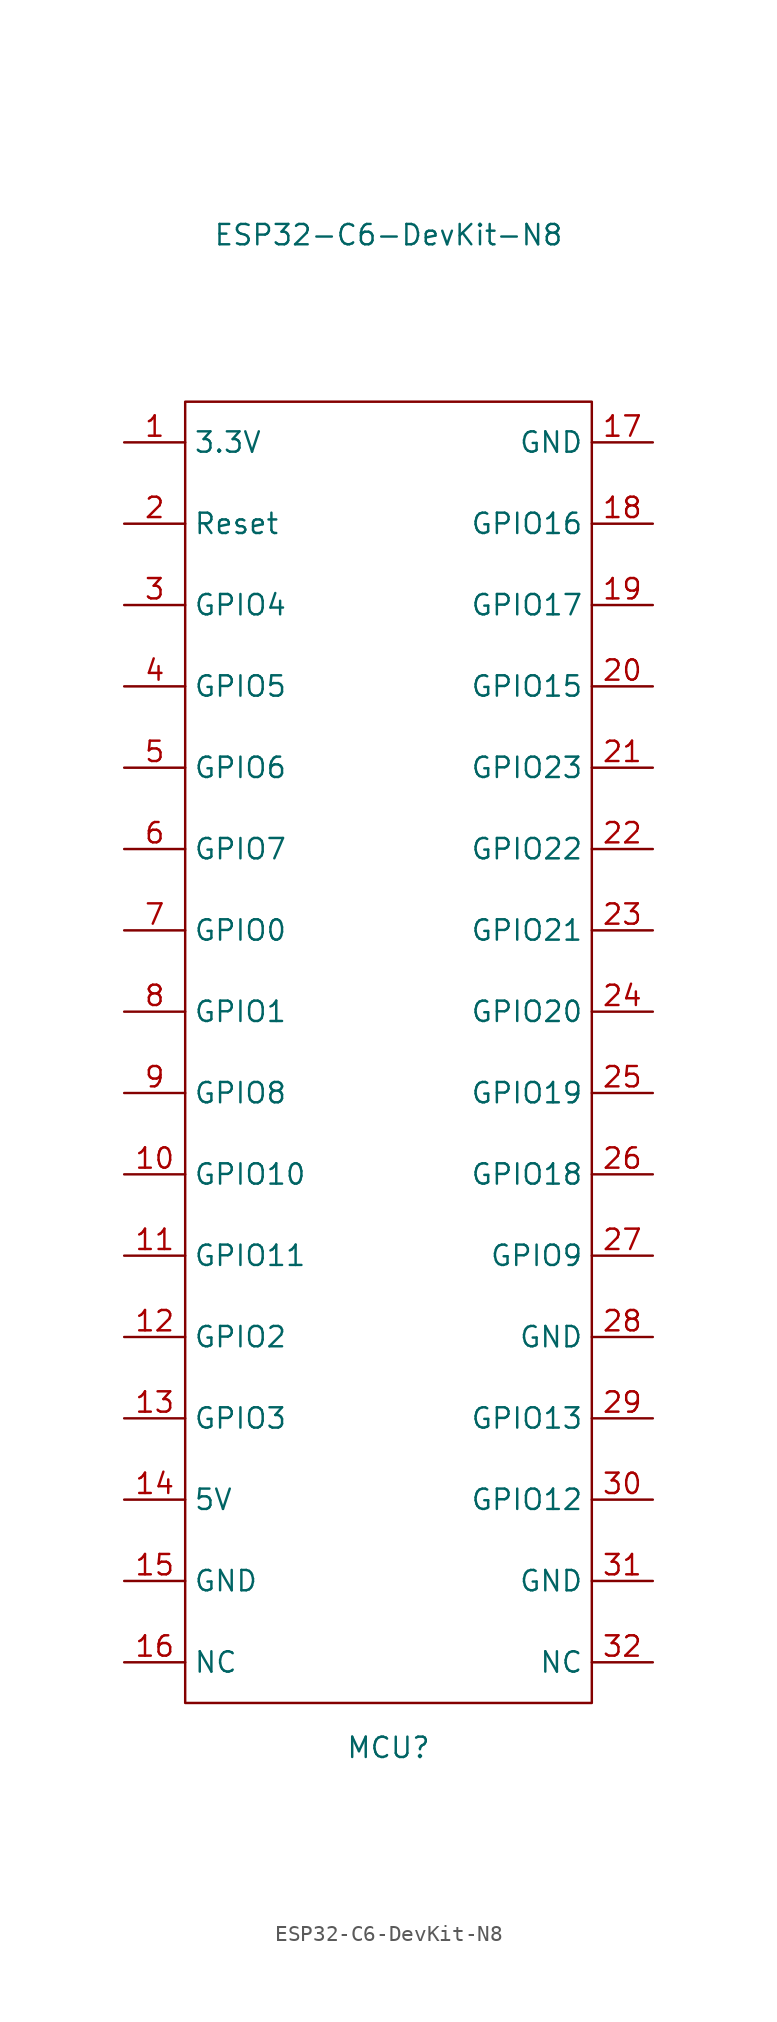
<source format=kicad_sym>
(kicad_symbol_lib
  (version 20231120)
  (generator "kicad_symbol_editor")
  (generator_version "8.0")
  (symbol "ESP32-C6-DevKit-N8"
    (property "Reference" "MCU"
      (at 0 -43.434 0)
      (effects (font (size 1.27 1.27))))
    (property "Value" "ESP32-C6-DevKit-N8"
      (at 0 51.054 0)
      (effects (font (size 1.27 1.27))))
    (symbol "ESP32-C6-DevKit-N8_0_1"
      (rectangle (start -12.7 40.64) (end 12.7 -40.64) (stroke (width 0) (type default)) (fill (type none))))
    (symbol "ESP32-C6-DevKit-N8_1_1"
      (pin power_out line (at -16.51 38.1 0) (length 3.81) (name "3.3V" (effects (font (size 1.27 1.27)))) (number "1" (effects (font (size 1.27 1.27)))))
      (pin bidirectional line (at -16.51 -7.62 0) (length 3.81) (name "GPIO10" (effects (font (size 1.27 1.27)))) (number "10" (effects (font (size 1.27 1.27)))))
      (pin bidirectional line (at -16.51 -12.7 0) (length 3.81) (name "GPIO11" (effects (font (size 1.27 1.27)))) (number "11" (effects (font (size 1.27 1.27)))))
      (pin bidirectional line (at -16.51 -17.78 0) (length 3.81) (name "GPIO2" (effects (font (size 1.27 1.27)))) (number "12" (effects (font (size 1.27 1.27)))))
      (pin bidirectional line (at -16.51 -22.86 0) (length 3.81) (name "GPIO3" (effects (font (size 1.27 1.27)))) (number "13" (effects (font (size 1.27 1.27)))))
      (pin power_in line (at -16.51 -27.94 0) (length 3.81) (name "5V" (effects (font (size 1.27 1.27)))) (number "14" (effects (font (size 1.27 1.27)))))
      (pin power_in line (at -16.51 -33.02 0) (length 3.81) (name "GND" (effects (font (size 1.27 1.27)))) (number "15" (effects (font (size 1.27 1.27)))))
      (pin unspecified line (at -16.51 -38.1 0) (length 3.81) (name "NC" (effects (font (size 1.27 1.27)))) (number "16" (effects (font (size 1.27 1.27)))))
      (pin power_in line (at 16.51 38.1 180) (length 3.81) (name "GND" (effects (font (size 1.27 1.27)))) (number "17" (effects (font (size 1.27 1.27)))))
      (pin bidirectional line (at 16.51 33.02 180) (length 3.81) (name "GPIO16" (effects (font (size 1.27 1.27)))) (number "18" (effects (font (size 1.27 1.27)))))
      (pin bidirectional line (at 16.51 27.94 180) (length 3.81) (name "GPIO17" (effects (font (size 1.27 1.27)))) (number "19" (effects (font (size 1.27 1.27)))))
      (pin input line (at -16.51 33.02 0) (length 3.81) (name "Reset" (effects (font (size 1.27 1.27)))) (number "2" (effects (font (size 1.27 1.27)))))
      (pin bidirectional line (at 16.51 22.86 180) (length 3.81) (name "GPIO15" (effects (font (size 1.27 1.27)))) (number "20" (effects (font (size 1.27 1.27)))))
      (pin bidirectional line (at 16.51 17.78 180) (length 3.81) (name "GPIO23" (effects (font (size 1.27 1.27)))) (number "21" (effects (font (size 1.27 1.27)))))
      (pin bidirectional line (at 16.51 12.7 180) (length 3.81) (name "GPIO22" (effects (font (size 1.27 1.27)))) (number "22" (effects (font (size 1.27 1.27)))))
      (pin bidirectional line (at 16.51 7.62 180) (length 3.81) (name "GPIO21" (effects (font (size 1.27 1.27)))) (number "23" (effects (font (size 1.27 1.27)))))
      (pin bidirectional line (at 16.51 2.54 180) (length 3.81) (name "GPIO20" (effects (font (size 1.27 1.27)))) (number "24" (effects (font (size 1.27 1.27)))))
      (pin bidirectional line (at 16.51 -2.54 180) (length 3.81) (name "GPIO19" (effects (font (size 1.27 1.27)))) (number "25" (effects (font (size 1.27 1.27)))))
      (pin bidirectional line (at 16.51 -7.62 180) (length 3.81) (name "GPIO18" (effects (font (size 1.27 1.27)))) (number "26" (effects (font (size 1.27 1.27)))))
      (pin bidirectional line (at 16.51 -12.7 180) (length 3.81) (name "GPIO9" (effects (font (size 1.27 1.27)))) (number "27" (effects (font (size 1.27 1.27)))))
      (pin power_in line (at 16.51 -17.78 180) (length 3.81) (name "GND" (effects (font (size 1.27 1.27)))) (number "28" (effects (font (size 1.27 1.27)))))
      (pin bidirectional line (at 16.51 -22.86 180) (length 3.81) (name "GPIO13" (effects (font (size 1.27 1.27)))) (number "29" (effects (font (size 1.27 1.27)))))
      (pin bidirectional line (at -16.51 27.94 0) (length 3.81) (name "GPIO4" (effects (font (size 1.27 1.27)))) (number "3" (effects (font (size 1.27 1.27)))))
      (pin bidirectional line (at 16.51 -27.94 180) (length 3.81) (name "GPIO12" (effects (font (size 1.27 1.27)))) (number "30" (effects (font (size 1.27 1.27)))))
      (pin power_in line (at 16.51 -33.02 180) (length 3.81) (name "GND" (effects (font (size 1.27 1.27)))) (number "31" (effects (font (size 1.27 1.27)))))
      (pin unspecified line (at 16.51 -38.1 180) (length 3.81) (name "NC" (effects (font (size 1.27 1.27)))) (number "32" (effects (font (size 1.27 1.27)))))
      (pin bidirectional line (at -16.51 22.86 0) (length 3.81) (name "GPIO5" (effects (font (size 1.27 1.27)))) (number "4" (effects (font (size 1.27 1.27)))))
      (pin bidirectional line (at -16.51 17.78 0) (length 3.81) (name "GPIO6" (effects (font (size 1.27 1.27)))) (number "5" (effects (font (size 1.27 1.27)))))
      (pin bidirectional line (at -16.51 12.7 0) (length 3.81) (name "GPIO7" (effects (font (size 1.27 1.27)))) (number "6" (effects (font (size 1.27 1.27)))))
      (pin bidirectional line (at -16.51 7.62 0) (length 3.81) (name "GPIO0" (effects (font (size 1.27 1.27)))) (number "7" (effects (font (size 1.27 1.27)))))
      (pin bidirectional line (at -16.51 2.54 0) (length 3.81) (name "GPIO1" (effects (font (size 1.27 1.27)))) (number "8" (effects (font (size 1.27 1.27)))))
      (pin bidirectional line (at -16.51 -2.54 0) (length 3.81) (name "GPIO8" (effects (font (size 1.27 1.27)))) (number "9" (effects (font (size 1.27 1.27))))))))
</source>
